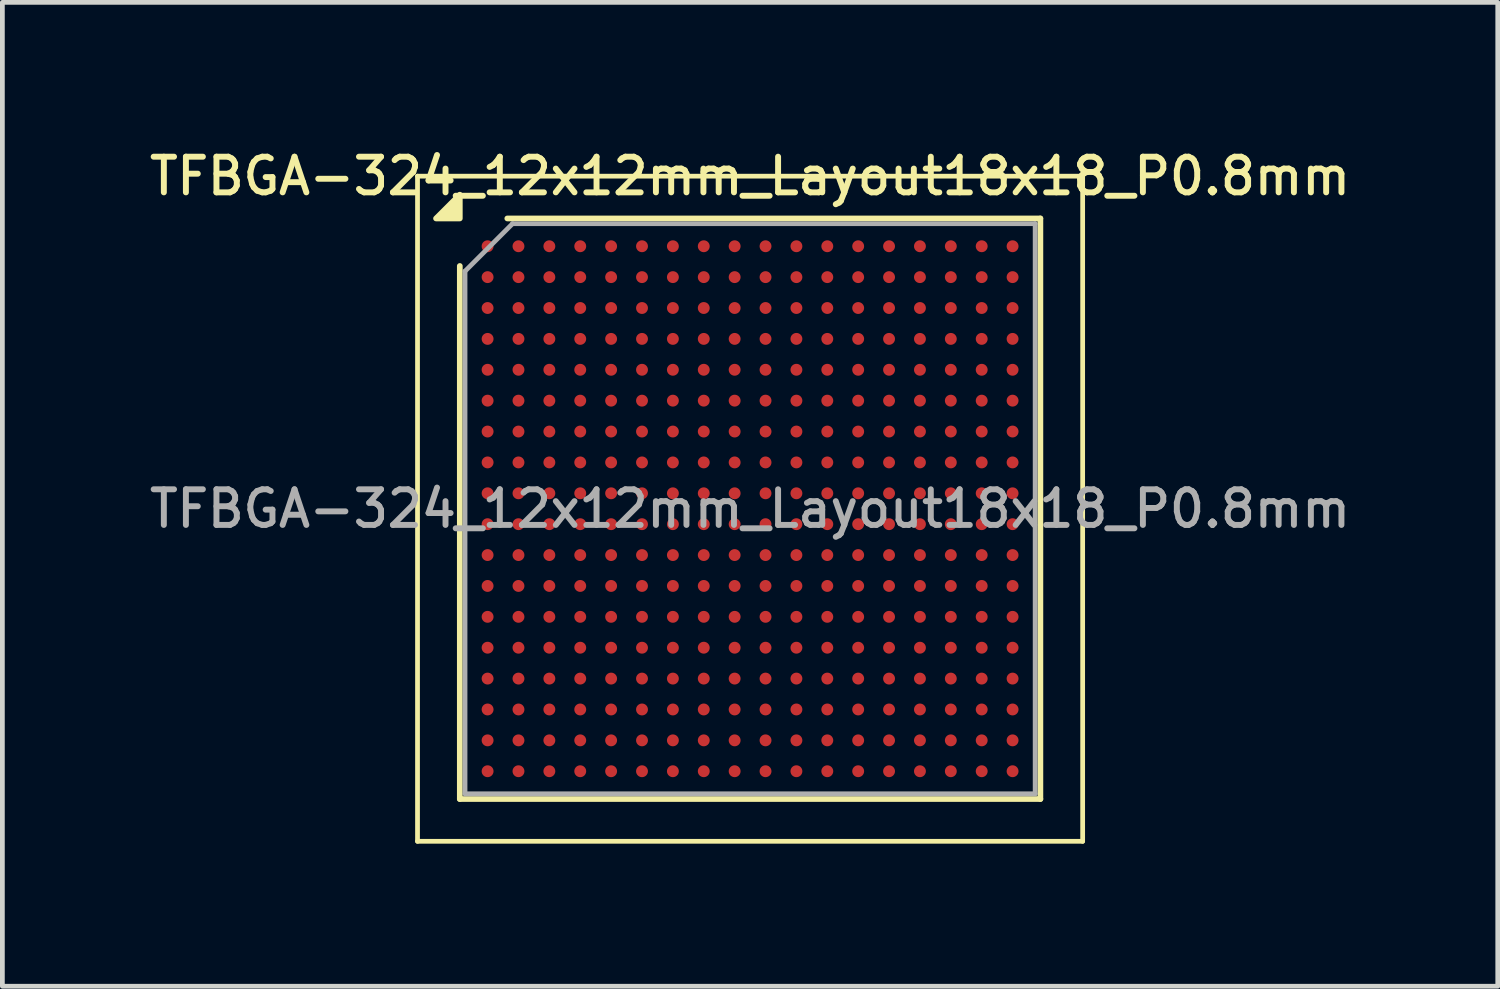
<source format=kicad_pcb>
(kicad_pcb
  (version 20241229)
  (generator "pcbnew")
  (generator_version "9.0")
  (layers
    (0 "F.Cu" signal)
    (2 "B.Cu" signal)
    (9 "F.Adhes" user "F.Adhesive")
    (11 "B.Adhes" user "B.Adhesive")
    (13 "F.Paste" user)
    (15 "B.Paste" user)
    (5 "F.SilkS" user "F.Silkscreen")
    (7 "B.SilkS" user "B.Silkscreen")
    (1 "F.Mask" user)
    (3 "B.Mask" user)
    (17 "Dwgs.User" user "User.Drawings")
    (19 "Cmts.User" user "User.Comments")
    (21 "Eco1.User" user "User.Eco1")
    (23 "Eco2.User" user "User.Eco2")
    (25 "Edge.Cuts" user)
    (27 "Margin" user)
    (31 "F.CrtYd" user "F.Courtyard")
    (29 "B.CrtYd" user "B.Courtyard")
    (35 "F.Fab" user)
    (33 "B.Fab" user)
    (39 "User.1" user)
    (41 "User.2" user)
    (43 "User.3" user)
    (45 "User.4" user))
  (footprint "TFBGA-324_12x12mm_Layout18x18_P0.8mm"
    (layer "F.Cu")
    (at 12.738 7.658)
    (property "Reference" "TFBGA-324_12x12mm_Layout18x18_P0.8mm" (at 0 -7 0) (layer "F.SilkS") (effects (font (size 0.75 0.75) (thickness 0.125))))
    (attr smd)
    (fp_line (start -7 -7) (end -7 7) (stroke (width 0.1) (type solid)) (layer "F.SilkS"))
    (fp_line (start -7 7) (end 7 7) (stroke (width 0.1) (type solid)) (layer "F.SilkS"))
    (fp_line (start -6.11 6.11) (end -6.11 -5.11) (stroke (width 0.12) (type solid)) (layer "F.SilkS"))
    (fp_line (start -5.11 -6.11) (end 6.11 -6.11) (stroke (width 0.12) (type solid)) (layer "F.SilkS"))
    (fp_line (start 6.11 -6.11) (end 6.11 6.11) (stroke (width 0.12) (type solid)) (layer "F.SilkS"))
    (fp_line (start 6.11 6.11) (end -6.11 6.11) (stroke (width 0.12) (type solid)) (layer "F.SilkS"))
    (fp_line (start 7 -7) (end -7 -7) (stroke (width 0.1) (type solid)) (layer "F.SilkS"))
    (fp_line (start 7 7) (end 7 -7) (stroke (width 0.1) (type solid)) (layer "F.SilkS"))
    (fp_poly (pts (xy -6.11 -6.11) (xy -6.61 -6.11) (xy -6.11 -6.61) (xy -6.11 -6.11)) (stroke (width 0.12) (type solid)) (fill yes) (layer "F.SilkS"))
    (fp_line (start -6 -5) (end -5 -6) (stroke (width 0.1) (type solid)) (layer "F.Fab"))
    (fp_line (start -6 6) (end -6 -5) (stroke (width 0.1) (type solid)) (layer "F.Fab"))
    (fp_line (start -5 -6) (end 6 -6) (stroke (width 0.1) (type solid)) (layer "F.Fab"))
    (fp_line (start 6 -6) (end 6 6) (stroke (width 0.1) (type solid)) (layer "F.Fab"))
    (fp_line (start 6 6) (end -6 6) (stroke (width 0.1) (type solid)) (layer "F.Fab"))
    (fp_text user "${REFERENCE}" (at 0 0 0) (layer "F.Fab") (effects (font (size 0.75 0.75) (thickness 0.125))))
    (pad "A1" smd circle (at -5.525 -5.525) (size 0.25 0.25) (property pad_prop_bga) (layers "F.Cu" "F.Mask" "F.Paste"))
    (pad "A2" smd circle (at -4.875 -5.525) (size 0.25 0.25) (property pad_prop_bga) (layers "F.Cu" "F.Mask" "F.Paste"))
    (pad "A3" smd circle (at -4.225 -5.525) (size 0.25 0.25) (property pad_prop_bga) (layers "F.Cu" "F.Mask" "F.Paste"))
    (pad "A4" smd circle (at -3.575 -5.525) (size 0.25 0.25) (property pad_prop_bga) (layers "F.Cu" "F.Mask" "F.Paste"))
    (pad "A5" smd circle (at -2.925 -5.525) (size 0.25 0.25) (property pad_prop_bga) (layers "F.Cu" "F.Mask" "F.Paste"))
    (pad "A6" smd circle (at -2.275 -5.525) (size 0.25 0.25) (property pad_prop_bga) (layers "F.Cu" "F.Mask" "F.Paste"))
    (pad "A7" smd circle (at -1.625 -5.525) (size 0.25 0.25) (property pad_prop_bga) (layers "F.Cu" "F.Mask" "F.Paste"))
    (pad "A8" smd circle (at -0.975 -5.525) (size 0.25 0.25) (property pad_prop_bga) (layers "F.Cu" "F.Mask" "F.Paste"))
    (pad "A9" smd circle (at -0.325 -5.525) (size 0.25 0.25) (property pad_prop_bga) (layers "F.Cu" "F.Mask" "F.Paste"))
    (pad "A10" smd circle (at 0.325 -5.525) (size 0.25 0.25) (property pad_prop_bga) (layers "F.Cu" "F.Mask" "F.Paste"))
    (pad "A11" smd circle (at 0.975 -5.525) (size 0.25 0.25) (property pad_prop_bga) (layers "F.Cu" "F.Mask" "F.Paste"))
    (pad "A12" smd circle (at 1.625 -5.525) (size 0.25 0.25) (property pad_prop_bga) (layers "F.Cu" "F.Mask" "F.Paste"))
    (pad "A13" smd circle (at 2.275 -5.525) (size 0.25 0.25) (property pad_prop_bga) (layers "F.Cu" "F.Mask" "F.Paste"))
    (pad "A14" smd circle (at 2.925 -5.525) (size 0.25 0.25) (property pad_prop_bga) (layers "F.Cu" "F.Mask" "F.Paste"))
    (pad "A15" smd circle (at 3.575 -5.525) (size 0.25 0.25) (property pad_prop_bga) (layers "F.Cu" "F.Mask" "F.Paste"))
    (pad "A16" smd circle (at 4.225 -5.525) (size 0.25 0.25) (property pad_prop_bga) (layers "F.Cu" "F.Mask" "F.Paste"))
    (pad "A17" smd circle (at 4.875 -5.525) (size 0.25 0.25) (property pad_prop_bga) (layers "F.Cu" "F.Mask" "F.Paste"))
    (pad "A18" smd circle (at 5.525 -5.525) (size 0.25 0.25) (property pad_prop_bga) (layers "F.Cu" "F.Mask" "F.Paste"))
    (pad "B1" smd circle (at -5.525 -4.875) (size 0.25 0.25) (property pad_prop_bga) (layers "F.Cu" "F.Mask" "F.Paste"))
    (pad "B2" smd circle (at -4.875 -4.875) (size 0.25 0.25) (property pad_prop_bga) (layers "F.Cu" "F.Mask" "F.Paste"))
    (pad "B3" smd circle (at -4.225 -4.875) (size 0.25 0.25) (property pad_prop_bga) (layers "F.Cu" "F.Mask" "F.Paste"))
    (pad "B4" smd circle (at -3.575 -4.875) (size 0.25 0.25) (property pad_prop_bga) (layers "F.Cu" "F.Mask" "F.Paste"))
    (pad "B5" smd circle (at -2.925 -4.875) (size 0.25 0.25) (property pad_prop_bga) (layers "F.Cu" "F.Mask" "F.Paste"))
    (pad "B6" smd circle (at -2.275 -4.875) (size 0.25 0.25) (property pad_prop_bga) (layers "F.Cu" "F.Mask" "F.Paste"))
    (pad "B7" smd circle (at -1.625 -4.875) (size 0.25 0.25) (property pad_prop_bga) (layers "F.Cu" "F.Mask" "F.Paste"))
    (pad "B8" smd circle (at -0.975 -4.875) (size 0.25 0.25) (property pad_prop_bga) (layers "F.Cu" "F.Mask" "F.Paste"))
    (pad "B9" smd circle (at -0.325 -4.875) (size 0.25 0.25) (property pad_prop_bga) (layers "F.Cu" "F.Mask" "F.Paste"))
    (pad "B10" smd circle (at 0.325 -4.875) (size 0.25 0.25) (property pad_prop_bga) (layers "F.Cu" "F.Mask" "F.Paste"))
    (pad "B11" smd circle (at 0.975 -4.875) (size 0.25 0.25) (property pad_prop_bga) (layers "F.Cu" "F.Mask" "F.Paste"))
    (pad "B12" smd circle (at 1.625 -4.875) (size 0.25 0.25) (property pad_prop_bga) (layers "F.Cu" "F.Mask" "F.Paste"))
    (pad "B13" smd circle (at 2.275 -4.875) (size 0.25 0.25) (property pad_prop_bga) (layers "F.Cu" "F.Mask" "F.Paste"))
    (pad "B14" smd circle (at 2.925 -4.875) (size 0.25 0.25) (property pad_prop_bga) (layers "F.Cu" "F.Mask" "F.Paste"))
    (pad "B15" smd circle (at 3.575 -4.875) (size 0.25 0.25) (property pad_prop_bga) (layers "F.Cu" "F.Mask" "F.Paste"))
    (pad "B16" smd circle (at 4.225 -4.875) (size 0.25 0.25) (property pad_prop_bga) (layers "F.Cu" "F.Mask" "F.Paste"))
    (pad "B17" smd circle (at 4.875 -4.875) (size 0.25 0.25) (property pad_prop_bga) (layers "F.Cu" "F.Mask" "F.Paste"))
    (pad "B18" smd circle (at 5.525 -4.875) (size 0.25 0.25) (property pad_prop_bga) (layers "F.Cu" "F.Mask" "F.Paste"))
    (pad "C1" smd circle (at -5.525 -4.225) (size 0.25 0.25) (property pad_prop_bga) (layers "F.Cu" "F.Mask" "F.Paste"))
    (pad "C2" smd circle (at -4.875 -4.225) (size 0.25 0.25) (property pad_prop_bga) (layers "F.Cu" "F.Mask" "F.Paste"))
    (pad "C3" smd circle (at -4.225 -4.225) (size 0.25 0.25) (property pad_prop_bga) (layers "F.Cu" "F.Mask" "F.Paste"))
    (pad "C4" smd circle (at -3.575 -4.225) (size 0.25 0.25) (property pad_prop_bga) (layers "F.Cu" "F.Mask" "F.Paste"))
    (pad "C5" smd circle (at -2.925 -4.225) (size 0.25 0.25) (property pad_prop_bga) (layers "F.Cu" "F.Mask" "F.Paste"))
    (pad "C6" smd circle (at -2.275 -4.225) (size 0.25 0.25) (property pad_prop_bga) (layers "F.Cu" "F.Mask" "F.Paste"))
    (pad "C7" smd circle (at -1.625 -4.225) (size 0.25 0.25) (property pad_prop_bga) (layers "F.Cu" "F.Mask" "F.Paste"))
    (pad "C8" smd circle (at -0.975 -4.225) (size 0.25 0.25) (property pad_prop_bga) (layers "F.Cu" "F.Mask" "F.Paste"))
    (pad "C9" smd circle (at -0.325 -4.225) (size 0.25 0.25) (property pad_prop_bga) (layers "F.Cu" "F.Mask" "F.Paste"))
    (pad "C10" smd circle (at 0.325 -4.225) (size 0.25 0.25) (property pad_prop_bga) (layers "F.Cu" "F.Mask" "F.Paste"))
    (pad "C11" smd circle (at 0.975 -4.225) (size 0.25 0.25) (property pad_prop_bga) (layers "F.Cu" "F.Mask" "F.Paste"))
    (pad "C12" smd circle (at 1.625 -4.225) (size 0.25 0.25) (property pad_prop_bga) (layers "F.Cu" "F.Mask" "F.Paste"))
    (pad "C13" smd circle (at 2.275 -4.225) (size 0.25 0.25) (property pad_prop_bga) (layers "F.Cu" "F.Mask" "F.Paste"))
    (pad "C14" smd circle (at 2.925 -4.225) (size 0.25 0.25) (property pad_prop_bga) (layers "F.Cu" "F.Mask" "F.Paste"))
    (pad "C15" smd circle (at 3.575 -4.225) (size 0.25 0.25) (property pad_prop_bga) (layers "F.Cu" "F.Mask" "F.Paste"))
    (pad "C16" smd circle (at 4.225 -4.225) (size 0.25 0.25) (property pad_prop_bga) (layers "F.Cu" "F.Mask" "F.Paste"))
    (pad "C17" smd circle (at 4.875 -4.225) (size 0.25 0.25) (property pad_prop_bga) (layers "F.Cu" "F.Mask" "F.Paste"))
    (pad "C18" smd circle (at 5.525 -4.225) (size 0.25 0.25) (property pad_prop_bga) (layers "F.Cu" "F.Mask" "F.Paste"))
    (pad "D1" smd circle (at -5.525 -3.575) (size 0.25 0.25) (property pad_prop_bga) (layers "F.Cu" "F.Mask" "F.Paste"))
    (pad "D2" smd circle (at -4.875 -3.575) (size 0.25 0.25) (property pad_prop_bga) (layers "F.Cu" "F.Mask" "F.Paste"))
    (pad "D3" smd circle (at -4.225 -3.575) (size 0.25 0.25) (property pad_prop_bga) (layers "F.Cu" "F.Mask" "F.Paste"))
    (pad "D4" smd circle (at -3.575 -3.575) (size 0.25 0.25) (property pad_prop_bga) (layers "F.Cu" "F.Mask" "F.Paste"))
    (pad "D5" smd circle (at -2.925 -3.575) (size 0.25 0.25) (property pad_prop_bga) (layers "F.Cu" "F.Mask" "F.Paste"))
    (pad "D6" smd circle (at -2.275 -3.575) (size 0.25 0.25) (property pad_prop_bga) (layers "F.Cu" "F.Mask" "F.Paste"))
    (pad "D7" smd circle (at -1.625 -3.575) (size 0.25 0.25) (property pad_prop_bga) (layers "F.Cu" "F.Mask" "F.Paste"))
    (pad "D8" smd circle (at -0.975 -3.575) (size 0.25 0.25) (property pad_prop_bga) (layers "F.Cu" "F.Mask" "F.Paste"))
    (pad "D9" smd circle (at -0.325 -3.575) (size 0.25 0.25) (property pad_prop_bga) (layers "F.Cu" "F.Mask" "F.Paste"))
    (pad "D10" smd circle (at 0.325 -3.575) (size 0.25 0.25) (property pad_prop_bga) (layers "F.Cu" "F.Mask" "F.Paste"))
    (pad "D11" smd circle (at 0.975 -3.575) (size 0.25 0.25) (property pad_prop_bga) (layers "F.Cu" "F.Mask" "F.Paste"))
    (pad "D12" smd circle (at 1.625 -3.575) (size 0.25 0.25) (property pad_prop_bga) (layers "F.Cu" "F.Mask" "F.Paste"))
    (pad "D13" smd circle (at 2.275 -3.575) (size 0.25 0.25) (property pad_prop_bga) (layers "F.Cu" "F.Mask" "F.Paste"))
    (pad "D14" smd circle (at 2.925 -3.575) (size 0.25 0.25) (property pad_prop_bga) (layers "F.Cu" "F.Mask" "F.Paste"))
    (pad "D15" smd circle (at 3.575 -3.575) (size 0.25 0.25) (property pad_prop_bga) (layers "F.Cu" "F.Mask" "F.Paste"))
    (pad "D16" smd circle (at 4.225 -3.575) (size 0.25 0.25) (property pad_prop_bga) (layers "F.Cu" "F.Mask" "F.Paste"))
    (pad "D17" smd circle (at 4.875 -3.575) (size 0.25 0.25) (property pad_prop_bga) (layers "F.Cu" "F.Mask" "F.Paste"))
    (pad "D18" smd circle (at 5.525 -3.575) (size 0.25 0.25) (property pad_prop_bga) (layers "F.Cu" "F.Mask" "F.Paste"))
    (pad "E1" smd circle (at -5.525 -2.925) (size 0.25 0.25) (property pad_prop_bga) (layers "F.Cu" "F.Mask" "F.Paste"))
    (pad "E2" smd circle (at -4.875 -2.925) (size 0.25 0.25) (property pad_prop_bga) (layers "F.Cu" "F.Mask" "F.Paste"))
    (pad "E3" smd circle (at -4.225 -2.925) (size 0.25 0.25) (property pad_prop_bga) (layers "F.Cu" "F.Mask" "F.Paste"))
    (pad "E4" smd circle (at -3.575 -2.925) (size 0.25 0.25) (property pad_prop_bga) (layers "F.Cu" "F.Mask" "F.Paste"))
    (pad "E5" smd circle (at -2.925 -2.925) (size 0.25 0.25) (property pad_prop_bga) (layers "F.Cu" "F.Mask" "F.Paste"))
    (pad "E6" smd circle (at -2.275 -2.925) (size 0.25 0.25) (property pad_prop_bga) (layers "F.Cu" "F.Mask" "F.Paste"))
    (pad "E7" smd circle (at -1.625 -2.925) (size 0.25 0.25) (property pad_prop_bga) (layers "F.Cu" "F.Mask" "F.Paste"))
    (pad "E8" smd circle (at -0.975 -2.925) (size 0.25 0.25) (property pad_prop_bga) (layers "F.Cu" "F.Mask" "F.Paste"))
    (pad "E9" smd circle (at -0.325 -2.925) (size 0.25 0.25) (property pad_prop_bga) (layers "F.Cu" "F.Mask" "F.Paste"))
    (pad "E10" smd circle (at 0.325 -2.925) (size 0.25 0.25) (property pad_prop_bga) (layers "F.Cu" "F.Mask" "F.Paste"))
    (pad "E11" smd circle (at 0.975 -2.925) (size 0.25 0.25) (property pad_prop_bga) (layers "F.Cu" "F.Mask" "F.Paste"))
    (pad "E12" smd circle (at 1.625 -2.925) (size 0.25 0.25) (property pad_prop_bga) (layers "F.Cu" "F.Mask" "F.Paste"))
    (pad "E13" smd circle (at 2.275 -2.925) (size 0.25 0.25) (property pad_prop_bga) (layers "F.Cu" "F.Mask" "F.Paste"))
    (pad "E14" smd circle (at 2.925 -2.925) (size 0.25 0.25) (property pad_prop_bga) (layers "F.Cu" "F.Mask" "F.Paste"))
    (pad "E15" smd circle (at 3.575 -2.925) (size 0.25 0.25) (property pad_prop_bga) (layers "F.Cu" "F.Mask" "F.Paste"))
    (pad "E16" smd circle (at 4.225 -2.925) (size 0.25 0.25) (property pad_prop_bga) (layers "F.Cu" "F.Mask" "F.Paste"))
    (pad "E17" smd circle (at 4.875 -2.925) (size 0.25 0.25) (property pad_prop_bga) (layers "F.Cu" "F.Mask" "F.Paste"))
    (pad "E18" smd circle (at 5.525 -2.925) (size 0.25 0.25) (property pad_prop_bga) (layers "F.Cu" "F.Mask" "F.Paste"))
    (pad "F1" smd circle (at -5.525 -2.275) (size 0.25 0.25) (property pad_prop_bga) (layers "F.Cu" "F.Mask" "F.Paste"))
    (pad "F2" smd circle (at -4.875 -2.275) (size 0.25 0.25) (property pad_prop_bga) (layers "F.Cu" "F.Mask" "F.Paste"))
    (pad "F3" smd circle (at -4.225 -2.275) (size 0.25 0.25) (property pad_prop_bga) (layers "F.Cu" "F.Mask" "F.Paste"))
    (pad "F4" smd circle (at -3.575 -2.275) (size 0.25 0.25) (property pad_prop_bga) (layers "F.Cu" "F.Mask" "F.Paste"))
    (pad "F5" smd circle (at -2.925 -2.275) (size 0.25 0.25) (property pad_prop_bga) (layers "F.Cu" "F.Mask" "F.Paste"))
    (pad "F6" smd circle (at -2.275 -2.275) (size 0.25 0.25) (property pad_prop_bga) (layers "F.Cu" "F.Mask" "F.Paste"))
    (pad "F7" smd circle (at -1.625 -2.275) (size 0.25 0.25) (property pad_prop_bga) (layers "F.Cu" "F.Mask" "F.Paste"))
    (pad "F8" smd circle (at -0.975 -2.275) (size 0.25 0.25) (property pad_prop_bga) (layers "F.Cu" "F.Mask" "F.Paste"))
    (pad "F9" smd circle (at -0.325 -2.275) (size 0.25 0.25) (property pad_prop_bga) (layers "F.Cu" "F.Mask" "F.Paste"))
    (pad "F10" smd circle (at 0.325 -2.275) (size 0.25 0.25) (property pad_prop_bga) (layers "F.Cu" "F.Mask" "F.Paste"))
    (pad "F11" smd circle (at 0.975 -2.275) (size 0.25 0.25) (property pad_prop_bga) (layers "F.Cu" "F.Mask" "F.Paste"))
    (pad "F12" smd circle (at 1.625 -2.275) (size 0.25 0.25) (property pad_prop_bga) (layers "F.Cu" "F.Mask" "F.Paste"))
    (pad "F13" smd circle (at 2.275 -2.275) (size 0.25 0.25) (property pad_prop_bga) (layers "F.Cu" "F.Mask" "F.Paste"))
    (pad "F14" smd circle (at 2.925 -2.275) (size 0.25 0.25) (property pad_prop_bga) (layers "F.Cu" "F.Mask" "F.Paste"))
    (pad "F15" smd circle (at 3.575 -2.275) (size 0.25 0.25) (property pad_prop_bga) (layers "F.Cu" "F.Mask" "F.Paste"))
    (pad "F16" smd circle (at 4.225 -2.275) (size 0.25 0.25) (property pad_prop_bga) (layers "F.Cu" "F.Mask" "F.Paste"))
    (pad "F17" smd circle (at 4.875 -2.275) (size 0.25 0.25) (property pad_prop_bga) (layers "F.Cu" "F.Mask" "F.Paste"))
    (pad "F18" smd circle (at 5.525 -2.275) (size 0.25 0.25) (property pad_prop_bga) (layers "F.Cu" "F.Mask" "F.Paste"))
    (pad "G1" smd circle (at -5.525 -1.625) (size 0.25 0.25) (property pad_prop_bga) (layers "F.Cu" "F.Mask" "F.Paste"))
    (pad "G2" smd circle (at -4.875 -1.625) (size 0.25 0.25) (property pad_prop_bga) (layers "F.Cu" "F.Mask" "F.Paste"))
    (pad "G3" smd circle (at -4.225 -1.625) (size 0.25 0.25) (property pad_prop_bga) (layers "F.Cu" "F.Mask" "F.Paste"))
    (pad "G4" smd circle (at -3.575 -1.625) (size 0.25 0.25) (property pad_prop_bga) (layers "F.Cu" "F.Mask" "F.Paste"))
    (pad "G5" smd circle (at -2.925 -1.625) (size 0.25 0.25) (property pad_prop_bga) (layers "F.Cu" "F.Mask" "F.Paste"))
    (pad "G6" smd circle (at -2.275 -1.625) (size 0.25 0.25) (property pad_prop_bga) (layers "F.Cu" "F.Mask" "F.Paste"))
    (pad "G7" smd circle (at -1.625 -1.625) (size 0.25 0.25) (property pad_prop_bga) (layers "F.Cu" "F.Mask" "F.Paste"))
    (pad "G8" smd circle (at -0.975 -1.625) (size 0.25 0.25) (property pad_prop_bga) (layers "F.Cu" "F.Mask" "F.Paste"))
    (pad "G9" smd circle (at -0.325 -1.625) (size 0.25 0.25) (property pad_prop_bga) (layers "F.Cu" "F.Mask" "F.Paste"))
    (pad "G10" smd circle (at 0.325 -1.625) (size 0.25 0.25) (property pad_prop_bga) (layers "F.Cu" "F.Mask" "F.Paste"))
    (pad "G11" smd circle (at 0.975 -1.625) (size 0.25 0.25) (property pad_prop_bga) (layers "F.Cu" "F.Mask" "F.Paste"))
    (pad "G12" smd circle (at 1.625 -1.625) (size 0.25 0.25) (property pad_prop_bga) (layers "F.Cu" "F.Mask" "F.Paste"))
    (pad "G13" smd circle (at 2.275 -1.625) (size 0.25 0.25) (property pad_prop_bga) (layers "F.Cu" "F.Mask" "F.Paste"))
    (pad "G14" smd circle (at 2.925 -1.625) (size 0.25 0.25) (property pad_prop_bga) (layers "F.Cu" "F.Mask" "F.Paste"))
    (pad "G15" smd circle (at 3.575 -1.625) (size 0.25 0.25) (property pad_prop_bga) (layers "F.Cu" "F.Mask" "F.Paste"))
    (pad "G16" smd circle (at 4.225 -1.625) (size 0.25 0.25) (property pad_prop_bga) (layers "F.Cu" "F.Mask" "F.Paste"))
    (pad "G17" smd circle (at 4.875 -1.625) (size 0.25 0.25) (property pad_prop_bga) (layers "F.Cu" "F.Mask" "F.Paste"))
    (pad "G18" smd circle (at 5.525 -1.625) (size 0.25 0.25) (property pad_prop_bga) (layers "F.Cu" "F.Mask" "F.Paste"))
    (pad "H1" smd circle (at -5.525 -0.975) (size 0.25 0.25) (property pad_prop_bga) (layers "F.Cu" "F.Mask" "F.Paste"))
    (pad "H2" smd circle (at -4.875 -0.975) (size 0.25 0.25) (property pad_prop_bga) (layers "F.Cu" "F.Mask" "F.Paste"))
    (pad "H3" smd circle (at -4.225 -0.975) (size 0.25 0.25) (property pad_prop_bga) (layers "F.Cu" "F.Mask" "F.Paste"))
    (pad "H4" smd circle (at -3.575 -0.975) (size 0.25 0.25) (property pad_prop_bga) (layers "F.Cu" "F.Mask" "F.Paste"))
    (pad "H5" smd circle (at -2.925 -0.975) (size 0.25 0.25) (property pad_prop_bga) (layers "F.Cu" "F.Mask" "F.Paste"))
    (pad "H6" smd circle (at -2.275 -0.975) (size 0.25 0.25) (property pad_prop_bga) (layers "F.Cu" "F.Mask" "F.Paste"))
    (pad "H7" smd circle (at -1.625 -0.975) (size 0.25 0.25) (property pad_prop_bga) (layers "F.Cu" "F.Mask" "F.Paste"))
    (pad "H8" smd circle (at -0.975 -0.975) (size 0.25 0.25) (property pad_prop_bga) (layers "F.Cu" "F.Mask" "F.Paste"))
    (pad "H9" smd circle (at -0.325 -0.975) (size 0.25 0.25) (property pad_prop_bga) (layers "F.Cu" "F.Mask" "F.Paste"))
    (pad "H10" smd circle (at 0.325 -0.975) (size 0.25 0.25) (property pad_prop_bga) (layers "F.Cu" "F.Mask" "F.Paste"))
    (pad "H11" smd circle (at 0.975 -0.975) (size 0.25 0.25) (property pad_prop_bga) (layers "F.Cu" "F.Mask" "F.Paste"))
    (pad "H12" smd circle (at 1.625 -0.975) (size 0.25 0.25) (property pad_prop_bga) (layers "F.Cu" "F.Mask" "F.Paste"))
    (pad "H13" smd circle (at 2.275 -0.975) (size 0.25 0.25) (property pad_prop_bga) (layers "F.Cu" "F.Mask" "F.Paste"))
    (pad "H14" smd circle (at 2.925 -0.975) (size 0.25 0.25) (property pad_prop_bga) (layers "F.Cu" "F.Mask" "F.Paste"))
    (pad "H15" smd circle (at 3.575 -0.975) (size 0.25 0.25) (property pad_prop_bga) (layers "F.Cu" "F.Mask" "F.Paste"))
    (pad "H16" smd circle (at 4.225 -0.975) (size 0.25 0.25) (property pad_prop_bga) (layers "F.Cu" "F.Mask" "F.Paste"))
    (pad "H17" smd circle (at 4.875 -0.975) (size 0.25 0.25) (property pad_prop_bga) (layers "F.Cu" "F.Mask" "F.Paste"))
    (pad "H18" smd circle (at 5.525 -0.975) (size 0.25 0.25) (property pad_prop_bga) (layers "F.Cu" "F.Mask" "F.Paste"))
    (pad "J1" smd circle (at -5.525 -0.325) (size 0.25 0.25) (property pad_prop_bga) (layers "F.Cu" "F.Mask" "F.Paste"))
    (pad "J2" smd circle (at -4.875 -0.325) (size 0.25 0.25) (property pad_prop_bga) (layers "F.Cu" "F.Mask" "F.Paste"))
    (pad "J3" smd circle (at -4.225 -0.325) (size 0.25 0.25) (property pad_prop_bga) (layers "F.Cu" "F.Mask" "F.Paste"))
    (pad "J4" smd circle (at -3.575 -0.325) (size 0.25 0.25) (property pad_prop_bga) (layers "F.Cu" "F.Mask" "F.Paste"))
    (pad "J5" smd circle (at -2.925 -0.325) (size 0.25 0.25) (property pad_prop_bga) (layers "F.Cu" "F.Mask" "F.Paste"))
    (pad "J6" smd circle (at -2.275 -0.325) (size 0.25 0.25) (property pad_prop_bga) (layers "F.Cu" "F.Mask" "F.Paste"))
    (pad "J7" smd circle (at -1.625 -0.325) (size 0.25 0.25) (property pad_prop_bga) (layers "F.Cu" "F.Mask" "F.Paste"))
    (pad "J8" smd circle (at -0.975 -0.325) (size 0.25 0.25) (property pad_prop_bga) (layers "F.Cu" "F.Mask" "F.Paste"))
    (pad "J9" smd circle (at -0.325 -0.325) (size 0.25 0.25) (property pad_prop_bga) (layers "F.Cu" "F.Mask" "F.Paste"))
    (pad "J10" smd circle (at 0.325 -0.325) (size 0.25 0.25) (property pad_prop_bga) (layers "F.Cu" "F.Mask" "F.Paste"))
    (pad "J11" smd circle (at 0.975 -0.325) (size 0.25 0.25) (property pad_prop_bga) (layers "F.Cu" "F.Mask" "F.Paste"))
    (pad "J12" smd circle (at 1.625 -0.325) (size 0.25 0.25) (property pad_prop_bga) (layers "F.Cu" "F.Mask" "F.Paste"))
    (pad "J13" smd circle (at 2.275 -0.325) (size 0.25 0.25) (property pad_prop_bga) (layers "F.Cu" "F.Mask" "F.Paste"))
    (pad "J14" smd circle (at 2.925 -0.325) (size 0.25 0.25) (property pad_prop_bga) (layers "F.Cu" "F.Mask" "F.Paste"))
    (pad "J15" smd circle (at 3.575 -0.325) (size 0.25 0.25) (property pad_prop_bga) (layers "F.Cu" "F.Mask" "F.Paste"))
    (pad "J16" smd circle (at 4.225 -0.325) (size 0.25 0.25) (property pad_prop_bga) (layers "F.Cu" "F.Mask" "F.Paste"))
    (pad "J17" smd circle (at 4.875 -0.325) (size 0.25 0.25) (property pad_prop_bga) (layers "F.Cu" "F.Mask" "F.Paste"))
    (pad "J18" smd circle (at 5.525 -0.325) (size 0.25 0.25) (property pad_prop_bga) (layers "F.Cu" "F.Mask" "F.Paste"))
    (pad "K1" smd circle (at -5.525 0.325) (size 0.25 0.25) (property pad_prop_bga) (layers "F.Cu" "F.Mask" "F.Paste"))
    (pad "K2" smd circle (at -4.875 0.325) (size 0.25 0.25) (property pad_prop_bga) (layers "F.Cu" "F.Mask" "F.Paste"))
    (pad "K3" smd circle (at -4.225 0.325) (size 0.25 0.25) (property pad_prop_bga) (layers "F.Cu" "F.Mask" "F.Paste"))
    (pad "K4" smd circle (at -3.575 0.325) (size 0.25 0.25) (property pad_prop_bga) (layers "F.Cu" "F.Mask" "F.Paste"))
    (pad "K5" smd circle (at -2.925 0.325) (size 0.25 0.25) (property pad_prop_bga) (layers "F.Cu" "F.Mask" "F.Paste"))
    (pad "K6" smd circle (at -2.275 0.325) (size 0.25 0.25) (property pad_prop_bga) (layers "F.Cu" "F.Mask" "F.Paste"))
    (pad "K7" smd circle (at -1.625 0.325) (size 0.25 0.25) (property pad_prop_bga) (layers "F.Cu" "F.Mask" "F.Paste"))
    (pad "K8" smd circle (at -0.975 0.325) (size 0.25 0.25) (property pad_prop_bga) (layers "F.Cu" "F.Mask" "F.Paste"))
    (pad "K9" smd circle (at -0.325 0.325) (size 0.25 0.25) (property pad_prop_bga) (layers "F.Cu" "F.Mask" "F.Paste"))
    (pad "K10" smd circle (at 0.325 0.325) (size 0.25 0.25) (property pad_prop_bga) (layers "F.Cu" "F.Mask" "F.Paste"))
    (pad "K11" smd circle (at 0.975 0.325) (size 0.25 0.25) (property pad_prop_bga) (layers "F.Cu" "F.Mask" "F.Paste"))
    (pad "K12" smd circle (at 1.625 0.325) (size 0.25 0.25) (property pad_prop_bga) (layers "F.Cu" "F.Mask" "F.Paste"))
    (pad "K13" smd circle (at 2.275 0.325) (size 0.25 0.25) (property pad_prop_bga) (layers "F.Cu" "F.Mask" "F.Paste"))
    (pad "K14" smd circle (at 2.925 0.325) (size 0.25 0.25) (property pad_prop_bga) (layers "F.Cu" "F.Mask" "F.Paste"))
    (pad "K15" smd circle (at 3.575 0.325) (size 0.25 0.25) (property pad_prop_bga) (layers "F.Cu" "F.Mask" "F.Paste"))
    (pad "K16" smd circle (at 4.225 0.325) (size 0.25 0.25) (property pad_prop_bga) (layers "F.Cu" "F.Mask" "F.Paste"))
    (pad "K17" smd circle (at 4.875 0.325) (size 0.25 0.25) (property pad_prop_bga) (layers "F.Cu" "F.Mask" "F.Paste"))
    (pad "K18" smd circle (at 5.525 0.325) (size 0.25 0.25) (property pad_prop_bga) (layers "F.Cu" "F.Mask" "F.Paste"))
    (pad "L1" smd circle (at -5.525 0.975) (size 0.25 0.25) (property pad_prop_bga) (layers "F.Cu" "F.Mask" "F.Paste"))
    (pad "L2" smd circle (at -4.875 0.975) (size 0.25 0.25) (property pad_prop_bga) (layers "F.Cu" "F.Mask" "F.Paste"))
    (pad "L3" smd circle (at -4.225 0.975) (size 0.25 0.25) (property pad_prop_bga) (layers "F.Cu" "F.Mask" "F.Paste"))
    (pad "L4" smd circle (at -3.575 0.975) (size 0.25 0.25) (property pad_prop_bga) (layers "F.Cu" "F.Mask" "F.Paste"))
    (pad "L5" smd circle (at -2.925 0.975) (size 0.25 0.25) (property pad_prop_bga) (layers "F.Cu" "F.Mask" "F.Paste"))
    (pad "L6" smd circle (at -2.275 0.975) (size 0.25 0.25) (property pad_prop_bga) (layers "F.Cu" "F.Mask" "F.Paste"))
    (pad "L7" smd circle (at -1.625 0.975) (size 0.25 0.25) (property pad_prop_bga) (layers "F.Cu" "F.Mask" "F.Paste"))
    (pad "L8" smd circle (at -0.975 0.975) (size 0.25 0.25) (property pad_prop_bga) (layers "F.Cu" "F.Mask" "F.Paste"))
    (pad "L9" smd circle (at -0.325 0.975) (size 0.25 0.25) (property pad_prop_bga) (layers "F.Cu" "F.Mask" "F.Paste"))
    (pad "L10" smd circle (at 0.325 0.975) (size 0.25 0.25) (property pad_prop_bga) (layers "F.Cu" "F.Mask" "F.Paste"))
    (pad "L11" smd circle (at 0.975 0.975) (size 0.25 0.25) (property pad_prop_bga) (layers "F.Cu" "F.Mask" "F.Paste"))
    (pad "L12" smd circle (at 1.625 0.975) (size 0.25 0.25) (property pad_prop_bga) (layers "F.Cu" "F.Mask" "F.Paste"))
    (pad "L13" smd circle (at 2.275 0.975) (size 0.25 0.25) (property pad_prop_bga) (layers "F.Cu" "F.Mask" "F.Paste"))
    (pad "L14" smd circle (at 2.925 0.975) (size 0.25 0.25) (property pad_prop_bga) (layers "F.Cu" "F.Mask" "F.Paste"))
    (pad "L15" smd circle (at 3.575 0.975) (size 0.25 0.25) (property pad_prop_bga) (layers "F.Cu" "F.Mask" "F.Paste"))
    (pad "L16" smd circle (at 4.225 0.975) (size 0.25 0.25) (property pad_prop_bga) (layers "F.Cu" "F.Mask" "F.Paste"))
    (pad "L17" smd circle (at 4.875 0.975) (size 0.25 0.25) (property pad_prop_bga) (layers "F.Cu" "F.Mask" "F.Paste"))
    (pad "L18" smd circle (at 5.525 0.975) (size 0.25 0.25) (property pad_prop_bga) (layers "F.Cu" "F.Mask" "F.Paste"))
    (pad "M1" smd circle (at -5.525 1.625) (size 0.25 0.25) (property pad_prop_bga) (layers "F.Cu" "F.Mask" "F.Paste"))
    (pad "M2" smd circle (at -4.875 1.625) (size 0.25 0.25) (property pad_prop_bga) (layers "F.Cu" "F.Mask" "F.Paste"))
    (pad "M3" smd circle (at -4.225 1.625) (size 0.25 0.25) (property pad_prop_bga) (layers "F.Cu" "F.Mask" "F.Paste"))
    (pad "M4" smd circle (at -3.575 1.625) (size 0.25 0.25) (property pad_prop_bga) (layers "F.Cu" "F.Mask" "F.Paste"))
    (pad "M5" smd circle (at -2.925 1.625) (size 0.25 0.25) (property pad_prop_bga) (layers "F.Cu" "F.Mask" "F.Paste"))
    (pad "M6" smd circle (at -2.275 1.625) (size 0.25 0.25) (property pad_prop_bga) (layers "F.Cu" "F.Mask" "F.Paste"))
    (pad "M7" smd circle (at -1.625 1.625) (size 0.25 0.25) (property pad_prop_bga) (layers "F.Cu" "F.Mask" "F.Paste"))
    (pad "M8" smd circle (at -0.975 1.625) (size 0.25 0.25) (property pad_prop_bga) (layers "F.Cu" "F.Mask" "F.Paste"))
    (pad "M9" smd circle (at -0.325 1.625) (size 0.25 0.25) (property pad_prop_bga) (layers "F.Cu" "F.Mask" "F.Paste"))
    (pad "M10" smd circle (at 0.325 1.625) (size 0.25 0.25) (property pad_prop_bga) (layers "F.Cu" "F.Mask" "F.Paste"))
    (pad "M11" smd circle (at 0.975 1.625) (size 0.25 0.25) (property pad_prop_bga) (layers "F.Cu" "F.Mask" "F.Paste"))
    (pad "M12" smd circle (at 1.625 1.625) (size 0.25 0.25) (property pad_prop_bga) (layers "F.Cu" "F.Mask" "F.Paste"))
    (pad "M13" smd circle (at 2.275 1.625) (size 0.25 0.25) (property pad_prop_bga) (layers "F.Cu" "F.Mask" "F.Paste"))
    (pad "M14" smd circle (at 2.925 1.625) (size 0.25 0.25) (property pad_prop_bga) (layers "F.Cu" "F.Mask" "F.Paste"))
    (pad "M15" smd circle (at 3.575 1.625) (size 0.25 0.25) (property pad_prop_bga) (layers "F.Cu" "F.Mask" "F.Paste"))
    (pad "M16" smd circle (at 4.225 1.625) (size 0.25 0.25) (property pad_prop_bga) (layers "F.Cu" "F.Mask" "F.Paste"))
    (pad "M17" smd circle (at 4.875 1.625) (size 0.25 0.25) (property pad_prop_bga) (layers "F.Cu" "F.Mask" "F.Paste"))
    (pad "M18" smd circle (at 5.525 1.625) (size 0.25 0.25) (property pad_prop_bga) (layers "F.Cu" "F.Mask" "F.Paste"))
    (pad "N1" smd circle (at -5.525 2.275) (size 0.25 0.25) (property pad_prop_bga) (layers "F.Cu" "F.Mask" "F.Paste"))
    (pad "N2" smd circle (at -4.875 2.275) (size 0.25 0.25) (property pad_prop_bga) (layers "F.Cu" "F.Mask" "F.Paste"))
    (pad "N3" smd circle (at -4.225 2.275) (size 0.25 0.25) (property pad_prop_bga) (layers "F.Cu" "F.Mask" "F.Paste"))
    (pad "N4" smd circle (at -3.575 2.275) (size 0.25 0.25) (property pad_prop_bga) (layers "F.Cu" "F.Mask" "F.Paste"))
    (pad "N5" smd circle (at -2.925 2.275) (size 0.25 0.25) (property pad_prop_bga) (layers "F.Cu" "F.Mask" "F.Paste"))
    (pad "N6" smd circle (at -2.275 2.275) (size 0.25 0.25) (property pad_prop_bga) (layers "F.Cu" "F.Mask" "F.Paste"))
    (pad "N7" smd circle (at -1.625 2.275) (size 0.25 0.25) (property pad_prop_bga) (layers "F.Cu" "F.Mask" "F.Paste"))
    (pad "N8" smd circle (at -0.975 2.275) (size 0.25 0.25) (property pad_prop_bga) (layers "F.Cu" "F.Mask" "F.Paste"))
    (pad "N9" smd circle (at -0.325 2.275) (size 0.25 0.25) (property pad_prop_bga) (layers "F.Cu" "F.Mask" "F.Paste"))
    (pad "N10" smd circle (at 0.325 2.275) (size 0.25 0.25) (property pad_prop_bga) (layers "F.Cu" "F.Mask" "F.Paste"))
    (pad "N11" smd circle (at 0.975 2.275) (size 0.25 0.25) (property pad_prop_bga) (layers "F.Cu" "F.Mask" "F.Paste"))
    (pad "N12" smd circle (at 1.625 2.275) (size 0.25 0.25) (property pad_prop_bga) (layers "F.Cu" "F.Mask" "F.Paste"))
    (pad "N13" smd circle (at 2.275 2.275) (size 0.25 0.25) (property pad_prop_bga) (layers "F.Cu" "F.Mask" "F.Paste"))
    (pad "N14" smd circle (at 2.925 2.275) (size 0.25 0.25) (property pad_prop_bga) (layers "F.Cu" "F.Mask" "F.Paste"))
    (pad "N15" smd circle (at 3.575 2.275) (size 0.25 0.25) (property pad_prop_bga) (layers "F.Cu" "F.Mask" "F.Paste"))
    (pad "N16" smd circle (at 4.225 2.275) (size 0.25 0.25) (property pad_prop_bga) (layers "F.Cu" "F.Mask" "F.Paste"))
    (pad "N17" smd circle (at 4.875 2.275) (size 0.25 0.25) (property pad_prop_bga) (layers "F.Cu" "F.Mask" "F.Paste"))
    (pad "N18" smd circle (at 5.525 2.275) (size 0.25 0.25) (property pad_prop_bga) (layers "F.Cu" "F.Mask" "F.Paste"))
    (pad "P1" smd circle (at -5.525 2.925) (size 0.25 0.25) (property pad_prop_bga) (layers "F.Cu" "F.Mask" "F.Paste"))
    (pad "P2" smd circle (at -4.875 2.925) (size 0.25 0.25) (property pad_prop_bga) (layers "F.Cu" "F.Mask" "F.Paste"))
    (pad "P3" smd circle (at -4.225 2.925) (size 0.25 0.25) (property pad_prop_bga) (layers "F.Cu" "F.Mask" "F.Paste"))
    (pad "P4" smd circle (at -3.575 2.925) (size 0.25 0.25) (property pad_prop_bga) (layers "F.Cu" "F.Mask" "F.Paste"))
    (pad "P5" smd circle (at -2.925 2.925) (size 0.25 0.25) (property pad_prop_bga) (layers "F.Cu" "F.Mask" "F.Paste"))
    (pad "P6" smd circle (at -2.275 2.925) (size 0.25 0.25) (property pad_prop_bga) (layers "F.Cu" "F.Mask" "F.Paste"))
    (pad "P7" smd circle (at -1.625 2.925) (size 0.25 0.25) (property pad_prop_bga) (layers "F.Cu" "F.Mask" "F.Paste"))
    (pad "P8" smd circle (at -0.975 2.925) (size 0.25 0.25) (property pad_prop_bga) (layers "F.Cu" "F.Mask" "F.Paste"))
    (pad "P9" smd circle (at -0.325 2.925) (size 0.25 0.25) (property pad_prop_bga) (layers "F.Cu" "F.Mask" "F.Paste"))
    (pad "P10" smd circle (at 0.325 2.925) (size 0.25 0.25) (property pad_prop_bga) (layers "F.Cu" "F.Mask" "F.Paste"))
    (pad "P11" smd circle (at 0.975 2.925) (size 0.25 0.25) (property pad_prop_bga) (layers "F.Cu" "F.Mask" "F.Paste"))
    (pad "P12" smd circle (at 1.625 2.925) (size 0.25 0.25) (property pad_prop_bga) (layers "F.Cu" "F.Mask" "F.Paste"))
    (pad "P13" smd circle (at 2.275 2.925) (size 0.25 0.25) (property pad_prop_bga) (layers "F.Cu" "F.Mask" "F.Paste"))
    (pad "P14" smd circle (at 2.925 2.925) (size 0.25 0.25) (property pad_prop_bga) (layers "F.Cu" "F.Mask" "F.Paste"))
    (pad "P15" smd circle (at 3.575 2.925) (size 0.25 0.25) (property pad_prop_bga) (layers "F.Cu" "F.Mask" "F.Paste"))
    (pad "P16" smd circle (at 4.225 2.925) (size 0.25 0.25) (property pad_prop_bga) (layers "F.Cu" "F.Mask" "F.Paste"))
    (pad "P17" smd circle (at 4.875 2.925) (size 0.25 0.25) (property pad_prop_bga) (layers "F.Cu" "F.Mask" "F.Paste"))
    (pad "P18" smd circle (at 5.525 2.925) (size 0.25 0.25) (property pad_prop_bga) (layers "F.Cu" "F.Mask" "F.Paste"))
    (pad "R1" smd circle (at -5.525 3.575) (size 0.25 0.25) (property pad_prop_bga) (layers "F.Cu" "F.Mask" "F.Paste"))
    (pad "R2" smd circle (at -4.875 3.575) (size 0.25 0.25) (property pad_prop_bga) (layers "F.Cu" "F.Mask" "F.Paste"))
    (pad "R3" smd circle (at -4.225 3.575) (size 0.25 0.25) (property pad_prop_bga) (layers "F.Cu" "F.Mask" "F.Paste"))
    (pad "R4" smd circle (at -3.575 3.575) (size 0.25 0.25) (property pad_prop_bga) (layers "F.Cu" "F.Mask" "F.Paste"))
    (pad "R5" smd circle (at -2.925 3.575) (size 0.25 0.25) (property pad_prop_bga) (layers "F.Cu" "F.Mask" "F.Paste"))
    (pad "R6" smd circle (at -2.275 3.575) (size 0.25 0.25) (property pad_prop_bga) (layers "F.Cu" "F.Mask" "F.Paste"))
    (pad "R7" smd circle (at -1.625 3.575) (size 0.25 0.25) (property pad_prop_bga) (layers "F.Cu" "F.Mask" "F.Paste"))
    (pad "R8" smd circle (at -0.975 3.575) (size 0.25 0.25) (property pad_prop_bga) (layers "F.Cu" "F.Mask" "F.Paste"))
    (pad "R9" smd circle (at -0.325 3.575) (size 0.25 0.25) (property pad_prop_bga) (layers "F.Cu" "F.Mask" "F.Paste"))
    (pad "R10" smd circle (at 0.325 3.575) (size 0.25 0.25) (property pad_prop_bga) (layers "F.Cu" "F.Mask" "F.Paste"))
    (pad "R11" smd circle (at 0.975 3.575) (size 0.25 0.25) (property pad_prop_bga) (layers "F.Cu" "F.Mask" "F.Paste"))
    (pad "R12" smd circle (at 1.625 3.575) (size 0.25 0.25) (property pad_prop_bga) (layers "F.Cu" "F.Mask" "F.Paste"))
    (pad "R13" smd circle (at 2.275 3.575) (size 0.25 0.25) (property pad_prop_bga) (layers "F.Cu" "F.Mask" "F.Paste"))
    (pad "R14" smd circle (at 2.925 3.575) (size 0.25 0.25) (property pad_prop_bga) (layers "F.Cu" "F.Mask" "F.Paste"))
    (pad "R15" smd circle (at 3.575 3.575) (size 0.25 0.25) (property pad_prop_bga) (layers "F.Cu" "F.Mask" "F.Paste"))
    (pad "R16" smd circle (at 4.225 3.575) (size 0.25 0.25) (property pad_prop_bga) (layers "F.Cu" "F.Mask" "F.Paste"))
    (pad "R17" smd circle (at 4.875 3.575) (size 0.25 0.25) (property pad_prop_bga) (layers "F.Cu" "F.Mask" "F.Paste"))
    (pad "R18" smd circle (at 5.525 3.575) (size 0.25 0.25) (property pad_prop_bga) (layers "F.Cu" "F.Mask" "F.Paste"))
    (pad "T1" smd circle (at -5.525 4.225) (size 0.25 0.25) (property pad_prop_bga) (layers "F.Cu" "F.Mask" "F.Paste"))
    (pad "T2" smd circle (at -4.875 4.225) (size 0.25 0.25) (property pad_prop_bga) (layers "F.Cu" "F.Mask" "F.Paste"))
    (pad "T3" smd circle (at -4.225 4.225) (size 0.25 0.25) (property pad_prop_bga) (layers "F.Cu" "F.Mask" "F.Paste"))
    (pad "T4" smd circle (at -3.575 4.225) (size 0.25 0.25) (property pad_prop_bga) (layers "F.Cu" "F.Mask" "F.Paste"))
    (pad "T5" smd circle (at -2.925 4.225) (size 0.25 0.25) (property pad_prop_bga) (layers "F.Cu" "F.Mask" "F.Paste"))
    (pad "T6" smd circle (at -2.275 4.225) (size 0.25 0.25) (property pad_prop_bga) (layers "F.Cu" "F.Mask" "F.Paste"))
    (pad "T7" smd circle (at -1.625 4.225) (size 0.25 0.25) (property pad_prop_bga) (layers "F.Cu" "F.Mask" "F.Paste"))
    (pad "T8" smd circle (at -0.975 4.225) (size 0.25 0.25) (property pad_prop_bga) (layers "F.Cu" "F.Mask" "F.Paste"))
    (pad "T9" smd circle (at -0.325 4.225) (size 0.25 0.25) (property pad_prop_bga) (layers "F.Cu" "F.Mask" "F.Paste"))
    (pad "T10" smd circle (at 0.325 4.225) (size 0.25 0.25) (property pad_prop_bga) (layers "F.Cu" "F.Mask" "F.Paste"))
    (pad "T11" smd circle (at 0.975 4.225) (size 0.25 0.25) (property pad_prop_bga) (layers "F.Cu" "F.Mask" "F.Paste"))
    (pad "T12" smd circle (at 1.625 4.225) (size 0.25 0.25) (property pad_prop_bga) (layers "F.Cu" "F.Mask" "F.Paste"))
    (pad "T13" smd circle (at 2.275 4.225) (size 0.25 0.25) (property pad_prop_bga) (layers "F.Cu" "F.Mask" "F.Paste"))
    (pad "T14" smd circle (at 2.925 4.225) (size 0.25 0.25) (property pad_prop_bga) (layers "F.Cu" "F.Mask" "F.Paste"))
    (pad "T15" smd circle (at 3.575 4.225) (size 0.25 0.25) (property pad_prop_bga) (layers "F.Cu" "F.Mask" "F.Paste"))
    (pad "T16" smd circle (at 4.225 4.225) (size 0.25 0.25) (property pad_prop_bga) (layers "F.Cu" "F.Mask" "F.Paste"))
    (pad "T17" smd circle (at 4.875 4.225) (size 0.25 0.25) (property pad_prop_bga) (layers "F.Cu" "F.Mask" "F.Paste"))
    (pad "T18" smd circle (at 5.525 4.225) (size 0.25 0.25) (property pad_prop_bga) (layers "F.Cu" "F.Mask" "F.Paste"))
    (pad "U1" smd circle (at -5.525 4.875) (size 0.25 0.25) (property pad_prop_bga) (layers "F.Cu" "F.Mask" "F.Paste"))
    (pad "U2" smd circle (at -4.875 4.875) (size 0.25 0.25) (property pad_prop_bga) (layers "F.Cu" "F.Mask" "F.Paste"))
    (pad "U3" smd circle (at -4.225 4.875) (size 0.25 0.25) (property pad_prop_bga) (layers "F.Cu" "F.Mask" "F.Paste"))
    (pad "U4" smd circle (at -3.575 4.875) (size 0.25 0.25) (property pad_prop_bga) (layers "F.Cu" "F.Mask" "F.Paste"))
    (pad "U5" smd circle (at -2.925 4.875) (size 0.25 0.25) (property pad_prop_bga) (layers "F.Cu" "F.Mask" "F.Paste"))
    (pad "U6" smd circle (at -2.275 4.875) (size 0.25 0.25) (property pad_prop_bga) (layers "F.Cu" "F.Mask" "F.Paste"))
    (pad "U7" smd circle (at -1.625 4.875) (size 0.25 0.25) (property pad_prop_bga) (layers "F.Cu" "F.Mask" "F.Paste"))
    (pad "U8" smd circle (at -0.975 4.875) (size 0.25 0.25) (property pad_prop_bga) (layers "F.Cu" "F.Mask" "F.Paste"))
    (pad "U9" smd circle (at -0.325 4.875) (size 0.25 0.25) (property pad_prop_bga) (layers "F.Cu" "F.Mask" "F.Paste"))
    (pad "U10" smd circle (at 0.325 4.875) (size 0.25 0.25) (property pad_prop_bga) (layers "F.Cu" "F.Mask" "F.Paste"))
    (pad "U11" smd circle (at 0.975 4.875) (size 0.25 0.25) (property pad_prop_bga) (layers "F.Cu" "F.Mask" "F.Paste"))
    (pad "U12" smd circle (at 1.625 4.875) (size 0.25 0.25) (property pad_prop_bga) (layers "F.Cu" "F.Mask" "F.Paste"))
    (pad "U13" smd circle (at 2.275 4.875) (size 0.25 0.25) (property pad_prop_bga) (layers "F.Cu" "F.Mask" "F.Paste"))
    (pad "U14" smd circle (at 2.925 4.875) (size 0.25 0.25) (property pad_prop_bga) (layers "F.Cu" "F.Mask" "F.Paste"))
    (pad "U15" smd circle (at 3.575 4.875) (size 0.25 0.25) (property pad_prop_bga) (layers "F.Cu" "F.Mask" "F.Paste"))
    (pad "U16" smd circle (at 4.225 4.875) (size 0.25 0.25) (property pad_prop_bga) (layers "F.Cu" "F.Mask" "F.Paste"))
    (pad "U17" smd circle (at 4.875 4.875) (size 0.25 0.25) (property pad_prop_bga) (layers "F.Cu" "F.Mask" "F.Paste"))
    (pad "U18" smd circle (at 5.525 4.875) (size 0.25 0.25) (property pad_prop_bga) (layers "F.Cu" "F.Mask" "F.Paste"))
    (pad "V1" smd circle (at -5.525 5.525) (size 0.25 0.25) (property pad_prop_bga) (layers "F.Cu" "F.Mask" "F.Paste"))
    (pad "V2" smd circle (at -4.875 5.525) (size 0.25 0.25) (property pad_prop_bga) (layers "F.Cu" "F.Mask" "F.Paste"))
    (pad "V3" smd circle (at -4.225 5.525) (size 0.25 0.25) (property pad_prop_bga) (layers "F.Cu" "F.Mask" "F.Paste"))
    (pad "V4" smd circle (at -3.575 5.525) (size 0.25 0.25) (property pad_prop_bga) (layers "F.Cu" "F.Mask" "F.Paste"))
    (pad "V5" smd circle (at -2.925 5.525) (size 0.25 0.25) (property pad_prop_bga) (layers "F.Cu" "F.Mask" "F.Paste"))
    (pad "V6" smd circle (at -2.275 5.525) (size 0.25 0.25) (property pad_prop_bga) (layers "F.Cu" "F.Mask" "F.Paste"))
    (pad "V7" smd circle (at -1.625 5.525) (size 0.25 0.25) (property pad_prop_bga) (layers "F.Cu" "F.Mask" "F.Paste"))
    (pad "V8" smd circle (at -0.975 5.525) (size 0.25 0.25) (property pad_prop_bga) (layers "F.Cu" "F.Mask" "F.Paste"))
    (pad "V9" smd circle (at -0.325 5.525) (size 0.25 0.25) (property pad_prop_bga) (layers "F.Cu" "F.Mask" "F.Paste"))
    (pad "V10" smd circle (at 0.325 5.525) (size 0.25 0.25) (property pad_prop_bga) (layers "F.Cu" "F.Mask" "F.Paste"))
    (pad "V11" smd circle (at 0.975 5.525) (size 0.25 0.25) (property pad_prop_bga) (layers "F.Cu" "F.Mask" "F.Paste"))
    (pad "V12" smd circle (at 1.625 5.525) (size 0.25 0.25) (property pad_prop_bga) (layers "F.Cu" "F.Mask" "F.Paste"))
    (pad "V13" smd circle (at 2.275 5.525) (size 0.25 0.25) (property pad_prop_bga) (layers "F.Cu" "F.Mask" "F.Paste"))
    (pad "V14" smd circle (at 2.925 5.525) (size 0.25 0.25) (property pad_prop_bga) (layers "F.Cu" "F.Mask" "F.Paste"))
    (pad "V15" smd circle (at 3.575 5.525) (size 0.25 0.25) (property pad_prop_bga) (layers "F.Cu" "F.Mask" "F.Paste"))
    (pad "V16" smd circle (at 4.225 5.525) (size 0.25 0.25) (property pad_prop_bga) (layers "F.Cu" "F.Mask" "F.Paste"))
    (pad "V17" smd circle (at 4.875 5.525) (size 0.25 0.25) (property pad_prop_bga) (layers "F.Cu" "F.Mask" "F.Paste"))
    (pad "V18" smd circle (at 5.525 5.525) (size 0.25 0.25) (property pad_prop_bga) (layers "F.Cu" "F.Mask" "F.Paste")))
  (gr_rect
    (start -3 -3)
    (end 28.475 17.708)
    (stroke (width 0.1) (type default))
    (fill no)
    (layer "Edge.Cuts")))
</source>
